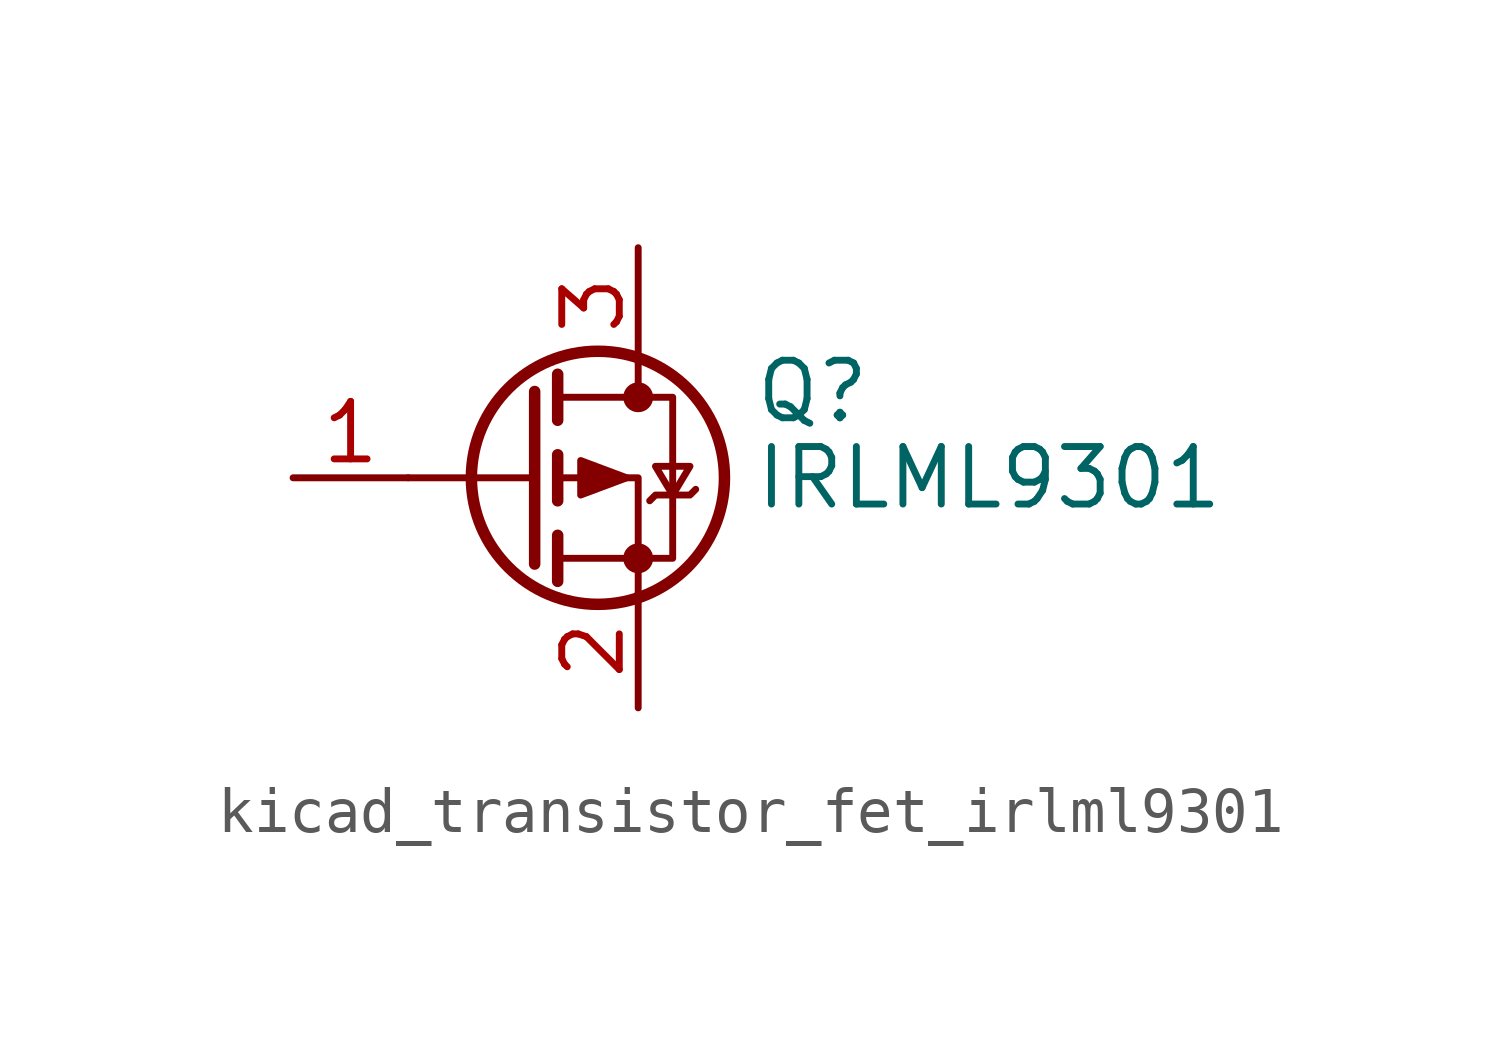
<source format=kicad_sym>
(kicad_symbol_lib
  (version 20220914)
  (generator kicad_symbol_editor)
  (symbol "kicad_transistor_fet_irlml9301"
    (pin_names hide)
    (property "Reference" "Q"
      (at 5.08 1.905 0)
      (effects (font (size 1.27 1.27)) (justify left)))
    (property "Value" "IRLML9301"
      (at 5.08 0 0)
      (effects (font (size 1.27 1.27)) (justify left)))
    (symbol "kicad_transistor_fet_irlml9301_0_1"
      (polyline (pts (xy 0.254 0) (xy -2.54 0)) (stroke (width 0) (type default)) (fill (type none)))
      (polyline (pts (xy 0.254 1.905) (xy 0.254 -1.905)) (stroke (width 0.254) (type default)) (fill (type none)))
      (polyline (pts (xy 0.762 -1.27) (xy 0.762 -2.286)) (stroke (width 0.254) (type default)) (fill (type none)))
      (polyline (pts (xy 0.762 0.508) (xy 0.762 -0.508)) (stroke (width 0.254) (type default)) (fill (type none)))
      (polyline (pts (xy 0.762 2.286) (xy 0.762 1.27)) (stroke (width 0.254) (type default)) (fill (type none)))
      (polyline (pts (xy 2.54 2.54) (xy 2.54 1.778)) (stroke (width 0) (type default)) (fill (type none)))
      (polyline (pts (xy 2.54 -2.54) (xy 2.54 0) (xy 0.762 0)) (stroke (width 0) (type default)) (fill (type none)))
      (polyline (pts (xy 0.762 1.778) (xy 3.302 1.778) (xy 3.302 -1.778) (xy 0.762 -1.778)) (stroke (width 0) (type default)) (fill (type none)))
      (polyline (pts (xy 2.286 0) (xy 1.27 0.381) (xy 1.27 -0.381) (xy 2.286 0)) (stroke (width 0) (type default)) (fill (type outline)))
      (polyline (pts (xy 2.794 -0.508) (xy 2.921 -0.381) (xy 3.683 -0.381) (xy 3.81 -0.254)) (stroke (width 0) (type default)) (fill (type none)))
      (polyline (pts (xy 3.302 -0.381) (xy 2.921 0.254) (xy 3.683 0.254) (xy 3.302 -0.381)) (stroke (width 0) (type default)) (fill (type none)))
      (circle (center 1.651 0) (radius 2.794) (stroke (width 0.254) (type default)) (fill (type none)))
      (circle (center 2.54 -1.778) (radius 0.254) (stroke (width 0) (type default)) (fill (type outline)))
      (circle (center 2.54 1.778) (radius 0.254) (stroke (width 0) (type default)) (fill (type outline))))
    (symbol "kicad_transistor_fet_irlml9301_1_1"
      (pin input line (at -5.08 0 0) (length 2.54) (name "G" (effects (font (size 1.27 1.27)))) (number "1" (effects (font (size 1.27 1.27)))))
      (pin passive line (at 2.54 -5.08 90) (length 2.54) (name "S" (effects (font (size 1.27 1.27)))) (number "2" (effects (font (size 1.27 1.27)))))
      (pin passive line (at 2.54 5.08 270) (length 2.54) (name "D" (effects (font (size 1.27 1.27)))) (number "3" (effects (font (size 1.27 1.27))))))))
</source>
